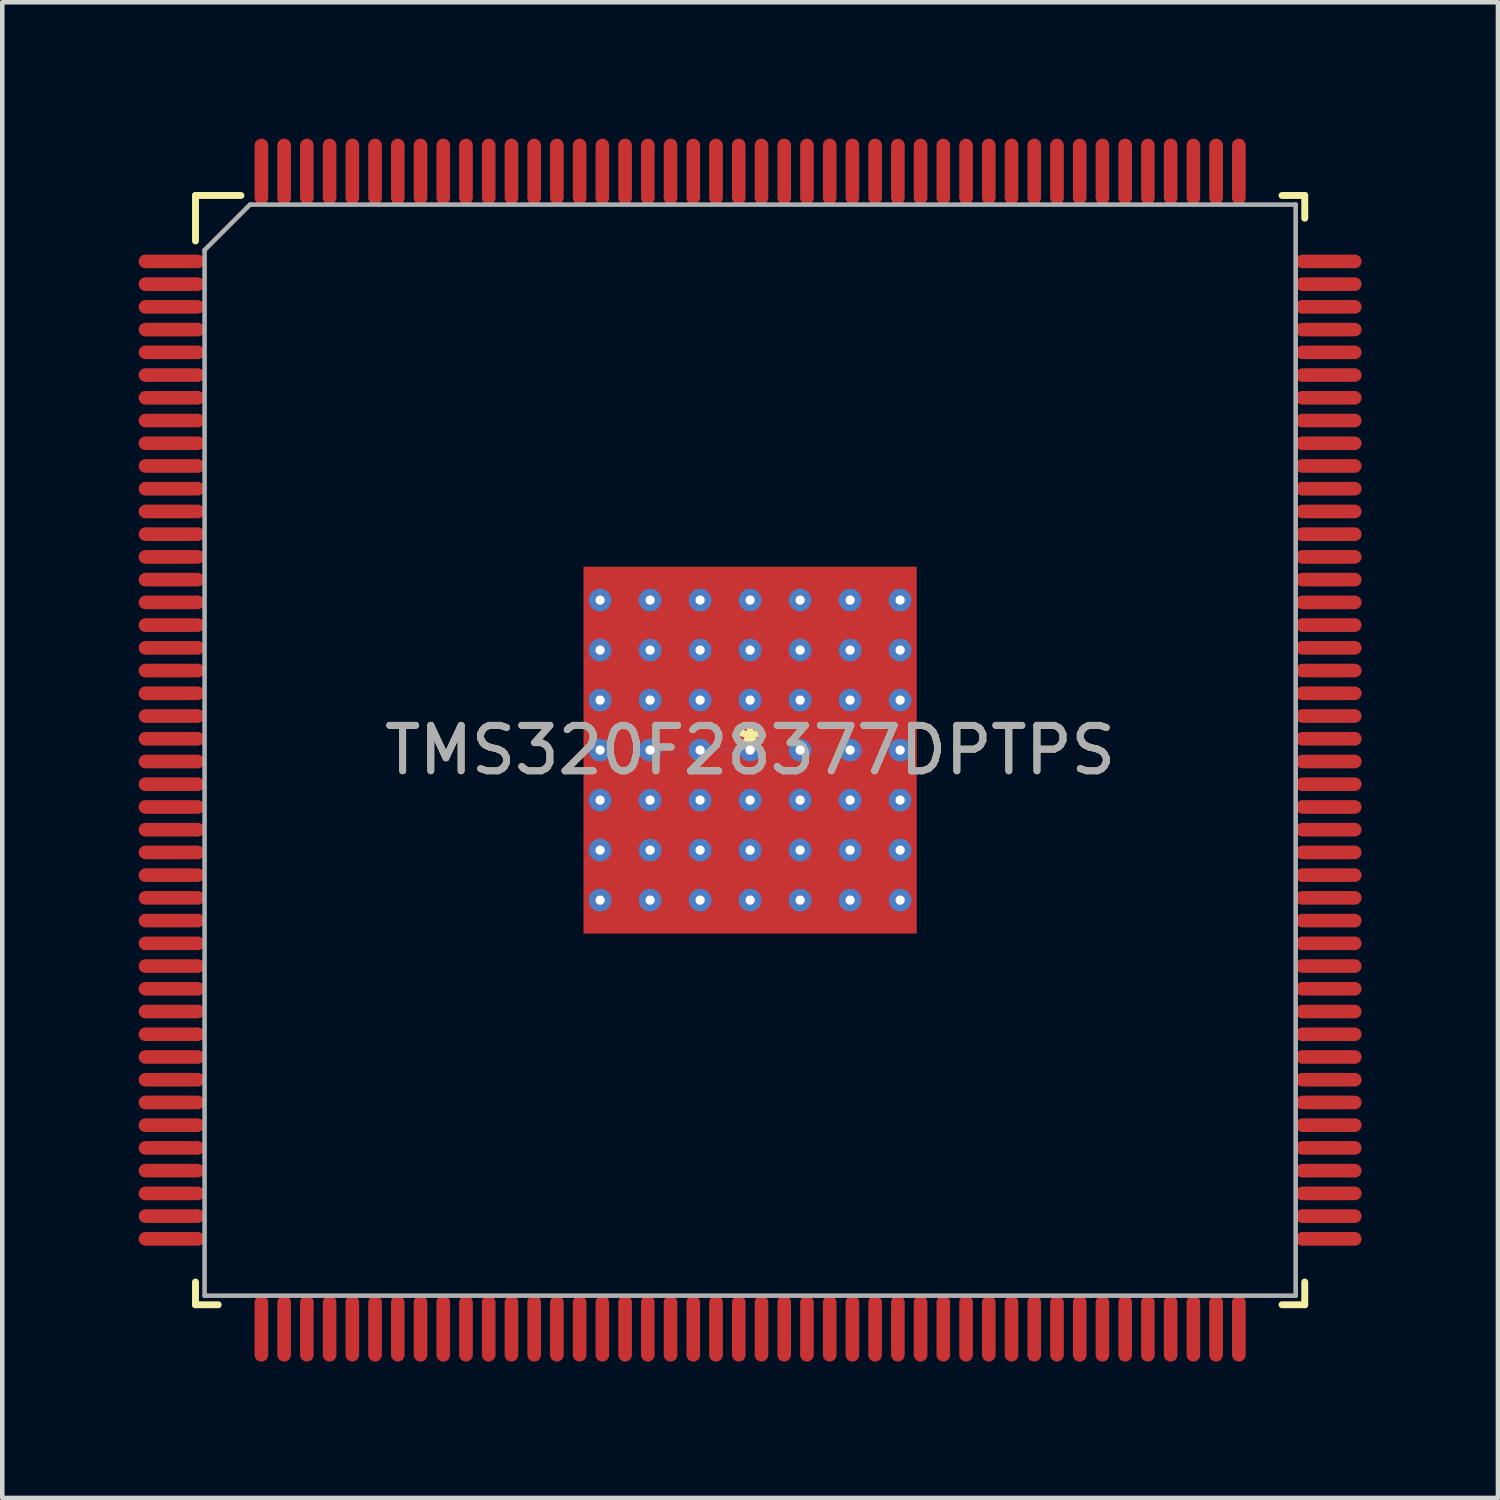
<source format=kicad_pcb>
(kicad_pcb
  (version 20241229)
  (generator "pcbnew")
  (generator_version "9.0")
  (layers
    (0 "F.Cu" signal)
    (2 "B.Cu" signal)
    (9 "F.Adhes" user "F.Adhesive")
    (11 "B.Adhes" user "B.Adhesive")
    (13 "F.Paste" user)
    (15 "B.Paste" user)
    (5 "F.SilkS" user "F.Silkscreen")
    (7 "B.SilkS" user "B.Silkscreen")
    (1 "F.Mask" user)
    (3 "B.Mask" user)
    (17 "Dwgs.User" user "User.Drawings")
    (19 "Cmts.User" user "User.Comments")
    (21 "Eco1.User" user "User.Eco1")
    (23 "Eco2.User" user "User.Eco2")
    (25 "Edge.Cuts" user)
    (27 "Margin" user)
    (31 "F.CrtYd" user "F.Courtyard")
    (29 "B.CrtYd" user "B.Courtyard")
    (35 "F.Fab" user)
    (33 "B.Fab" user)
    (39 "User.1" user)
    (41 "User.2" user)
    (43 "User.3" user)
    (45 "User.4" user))
  (footprint "TMS320F28377DPTPS"
    (layer "F.Cu")
    (at 13.45 13.45)
    (property "Reference" "TMS320F28377DPTPS" (at 0 0 0) (layer "F.SilkS") (effects (font (size 1 1) (thickness 0.15))))
    (attr through_hole)
    (fp_line (start -12.2 -12.2) (end -11.2 -12.2) (stroke (width 0.152) (type solid)) (layer "F.SilkS"))
    (fp_line (start -12.2 -11.2) (end -12.2 -12.2) (stroke (width 0.152) (type solid)) (layer "F.SilkS"))
    (fp_line (start -12.2 12.2) (end -12.2 11.7) (stroke (width 0.152) (type solid)) (layer "F.SilkS"))
    (fp_line (start -12.2 12.2) (end -11.7 12.2) (stroke (width 0.152) (type solid)) (layer "F.SilkS"))
    (fp_line (start 11.7 -12.2) (end 12.2 -12.2) (stroke (width 0.152) (type solid)) (layer "F.SilkS"))
    (fp_line (start 11.7 12.2) (end 12.2 12.2) (stroke (width 0.152) (type solid)) (layer "F.SilkS"))
    (fp_line (start 12.2 -11.7) (end 12.2 -12.2) (stroke (width 0.152) (type solid)) (layer "F.SilkS"))
    (fp_line (start 12.2 12.2) (end 12.2 11.7) (stroke (width 0.152) (type solid)) (layer "F.SilkS"))
    (fp_line (start -12 -11) (end -11 -12) (stroke (width 0.1) (type solid)) (layer "F.Fab"))
    (fp_line (start -12 12) (end -12 -11) (stroke (width 0.1) (type solid)) (layer "F.Fab"))
    (fp_line (start -11 -12) (end 12 -12) (stroke (width 0.1) (type solid)) (layer "F.Fab"))
    (fp_line (start 12 -12) (end 12 12) (stroke (width 0.1) (type solid)) (layer "F.Fab"))
    (fp_line (start 12 12) (end -12 12) (stroke (width 0.1) (type solid)) (layer "F.Fab"))
    (fp_text user "*" (at 0 0 0) (layer "F.SilkS") (effects (font (size 1 1) (thickness 0.15))))
    (fp_text user "Copyright 2016 Accelerated Designs. All rights reserved." (at 0 0 0) (layer "Cmts.User") (effects (font (size 0.127 0.127) (thickness 0.002))))
    (fp_text user "${REFERENCE}" (at 0 0 0) (layer "F.Fab") (effects (font (size 1 1) (thickness 0.15))))
    (pad "1" smd oval (at -12.725 -10.75 90) (size 0.3 1.45) (layers "F.Cu" "F.Mask" "F.Paste"))
    (pad "2" smd oval (at -12.725 -10.25 90) (size 0.3 1.45) (layers "F.Cu" "F.Mask" "F.Paste"))
    (pad "3" smd oval (at -12.725 -9.75 90) (size 0.3 1.45) (layers "F.Cu" "F.Mask" "F.Paste"))
    (pad "4" smd oval (at -12.725 -9.25 90) (size 0.3 1.45) (layers "F.Cu" "F.Mask" "F.Paste"))
    (pad "5" smd oval (at -12.725 -8.75 90) (size 0.3 1.45) (layers "F.Cu" "F.Mask" "F.Paste"))
    (pad "6" smd oval (at -12.725 -8.25 90) (size 0.3 1.45) (layers "F.Cu" "F.Mask" "F.Paste"))
    (pad "7" smd oval (at -12.725 -7.75 90) (size 0.3 1.45) (layers "F.Cu" "F.Mask" "F.Paste"))
    (pad "8" smd oval (at -12.725 -7.25 90) (size 0.3 1.45) (layers "F.Cu" "F.Mask" "F.Paste"))
    (pad "9" smd oval (at -12.725 -6.75 90) (size 0.3 1.45) (layers "F.Cu" "F.Mask" "F.Paste"))
    (pad "10" smd oval (at -12.725 -6.25 90) (size 0.3 1.45) (layers "F.Cu" "F.Mask" "F.Paste"))
    (pad "11" smd oval (at -12.725 -5.75 90) (size 0.3 1.45) (layers "F.Cu" "F.Mask" "F.Paste"))
    (pad "12" smd oval (at -12.725 -5.25 90) (size 0.3 1.45) (layers "F.Cu" "F.Mask" "F.Paste"))
    (pad "13" smd oval (at -12.725 -4.75 90) (size 0.3 1.45) (layers "F.Cu" "F.Mask" "F.Paste"))
    (pad "14" smd oval (at -12.725 -4.25 90) (size 0.3 1.45) (layers "F.Cu" "F.Mask" "F.Paste"))
    (pad "15" smd oval (at -12.725 -3.75 90) (size 0.3 1.45) (layers "F.Cu" "F.Mask" "F.Paste"))
    (pad "16" smd oval (at -12.725 -3.25 90) (size 0.3 1.45) (layers "F.Cu" "F.Mask" "F.Paste"))
    (pad "17" smd oval (at -12.725 -2.75 90) (size 0.3 1.45) (layers "F.Cu" "F.Mask" "F.Paste"))
    (pad "18" smd oval (at -12.725 -2.25 90) (size 0.3 1.45) (layers "F.Cu" "F.Mask" "F.Paste"))
    (pad "19" smd oval (at -12.725 -1.75 90) (size 0.3 1.45) (layers "F.Cu" "F.Mask" "F.Paste"))
    (pad "20" smd oval (at -12.725 -1.25 90) (size 0.3 1.45) (layers "F.Cu" "F.Mask" "F.Paste"))
    (pad "21" smd oval (at -12.725 -0.75 90) (size 0.3 1.45) (layers "F.Cu" "F.Mask" "F.Paste"))
    (pad "22" smd oval (at -12.725 -0.25 90) (size 0.3 1.45) (layers "F.Cu" "F.Mask" "F.Paste"))
    (pad "23" smd oval (at -12.725 0.25 90) (size 0.3 1.45) (layers "F.Cu" "F.Mask" "F.Paste"))
    (pad "24" smd oval (at -12.725 0.75 90) (size 0.3 1.45) (layers "F.Cu" "F.Mask" "F.Paste"))
    (pad "25" smd oval (at -12.725 1.25 90) (size 0.3 1.45) (layers "F.Cu" "F.Mask" "F.Paste"))
    (pad "26" smd oval (at -12.725 1.75 90) (size 0.3 1.45) (layers "F.Cu" "F.Mask" "F.Paste"))
    (pad "27" smd oval (at -12.725 2.25 90) (size 0.3 1.45) (layers "F.Cu" "F.Mask" "F.Paste"))
    (pad "28" smd oval (at -12.725 2.75 90) (size 0.3 1.45) (layers "F.Cu" "F.Mask" "F.Paste"))
    (pad "29" smd oval (at -12.725 3.25 90) (size 0.3 1.45) (layers "F.Cu" "F.Mask" "F.Paste"))
    (pad "30" smd oval (at -12.725 3.75 90) (size 0.3 1.45) (layers "F.Cu" "F.Mask" "F.Paste"))
    (pad "31" smd oval (at -12.725 4.25 90) (size 0.3 1.45) (layers "F.Cu" "F.Mask" "F.Paste"))
    (pad "32" smd oval (at -12.725 4.75 90) (size 0.3 1.45) (layers "F.Cu" "F.Mask" "F.Paste"))
    (pad "33" smd oval (at -12.725 5.25 90) (size 0.3 1.45) (layers "F.Cu" "F.Mask" "F.Paste"))
    (pad "34" smd oval (at -12.725 5.75 90) (size 0.3 1.45) (layers "F.Cu" "F.Mask" "F.Paste"))
    (pad "35" smd oval (at -12.725 6.25 90) (size 0.3 1.45) (layers "F.Cu" "F.Mask" "F.Paste"))
    (pad "36" smd oval (at -12.725 6.75 90) (size 0.3 1.45) (layers "F.Cu" "F.Mask" "F.Paste"))
    (pad "37" smd oval (at -12.725 7.25 90) (size 0.3 1.45) (layers "F.Cu" "F.Mask" "F.Paste"))
    (pad "38" smd oval (at -12.725 7.75 90) (size 0.3 1.45) (layers "F.Cu" "F.Mask" "F.Paste"))
    (pad "39" smd oval (at -12.725 8.25 90) (size 0.3 1.45) (layers "F.Cu" "F.Mask" "F.Paste"))
    (pad "40" smd oval (at -12.725 8.75 90) (size 0.3 1.45) (layers "F.Cu" "F.Mask" "F.Paste"))
    (pad "41" smd oval (at -12.725 9.25 90) (size 0.3 1.45) (layers "F.Cu" "F.Mask" "F.Paste"))
    (pad "42" smd oval (at -12.725 9.75 90) (size 0.3 1.45) (layers "F.Cu" "F.Mask" "F.Paste"))
    (pad "43" smd oval (at -12.725 10.25 90) (size 0.3 1.45) (layers "F.Cu" "F.Mask" "F.Paste"))
    (pad "44" smd oval (at -12.725 10.75 90) (size 0.3 1.45) (layers "F.Cu" "F.Mask" "F.Paste"))
    (pad "45" smd oval (at -10.75 12.725) (size 0.3 1.45) (layers "F.Cu" "F.Mask" "F.Paste"))
    (pad "46" smd oval (at -10.25 12.725) (size 0.3 1.45) (layers "F.Cu" "F.Mask" "F.Paste"))
    (pad "47" smd oval (at -9.75 12.725) (size 0.3 1.45) (layers "F.Cu" "F.Mask" "F.Paste"))
    (pad "48" smd oval (at -9.25 12.725) (size 0.3 1.45) (layers "F.Cu" "F.Mask" "F.Paste"))
    (pad "49" smd oval (at -8.75 12.725) (size 0.3 1.45) (layers "F.Cu" "F.Mask" "F.Paste"))
    (pad "50" smd oval (at -8.25 12.725) (size 0.3 1.45) (layers "F.Cu" "F.Mask" "F.Paste"))
    (pad "51" smd oval (at -7.75 12.725) (size 0.3 1.45) (layers "F.Cu" "F.Mask" "F.Paste"))
    (pad "52" smd oval (at -7.25 12.725) (size 0.3 1.45) (layers "F.Cu" "F.Mask" "F.Paste"))
    (pad "53" smd oval (at -6.75 12.725) (size 0.3 1.45) (layers "F.Cu" "F.Mask" "F.Paste"))
    (pad "54" smd oval (at -6.25 12.725) (size 0.3 1.45) (layers "F.Cu" "F.Mask" "F.Paste"))
    (pad "55" smd oval (at -5.75 12.725) (size 0.3 1.45) (layers "F.Cu" "F.Mask" "F.Paste"))
    (pad "56" smd oval (at -5.25 12.725) (size 0.3 1.45) (layers "F.Cu" "F.Mask" "F.Paste"))
    (pad "57" smd oval (at -4.75 12.725) (size 0.3 1.45) (layers "F.Cu" "F.Mask" "F.Paste"))
    (pad "58" smd oval (at -4.25 12.725) (size 0.3 1.45) (layers "F.Cu" "F.Mask" "F.Paste"))
    (pad "59" smd oval (at -3.75 12.725) (size 0.3 1.45) (layers "F.Cu" "F.Mask" "F.Paste"))
    (pad "60" smd oval (at -3.25 12.725) (size 0.3 1.45) (layers "F.Cu" "F.Mask" "F.Paste"))
    (pad "61" smd oval (at -2.75 12.725) (size 0.3 1.45) (layers "F.Cu" "F.Mask" "F.Paste"))
    (pad "62" smd oval (at -2.25 12.725) (size 0.3 1.45) (layers "F.Cu" "F.Mask" "F.Paste"))
    (pad "63" smd oval (at -1.75 12.725) (size 0.3 1.45) (layers "F.Cu" "F.Mask" "F.Paste"))
    (pad "64" smd oval (at -1.25 12.725) (size 0.3 1.45) (layers "F.Cu" "F.Mask" "F.Paste"))
    (pad "65" smd oval (at -0.75 12.725) (size 0.3 1.45) (layers "F.Cu" "F.Mask" "F.Paste"))
    (pad "66" smd oval (at -0.25 12.725) (size 0.3 1.45) (layers "F.Cu" "F.Mask" "F.Paste"))
    (pad "67" smd oval (at 0.25 12.725) (size 0.3 1.45) (layers "F.Cu" "F.Mask" "F.Paste"))
    (pad "68" smd oval (at 0.75 12.725) (size 0.3 1.45) (layers "F.Cu" "F.Mask" "F.Paste"))
    (pad "69" smd oval (at 1.25 12.725) (size 0.3 1.45) (layers "F.Cu" "F.Mask" "F.Paste"))
    (pad "70" smd oval (at 1.75 12.725) (size 0.3 1.45) (layers "F.Cu" "F.Mask" "F.Paste"))
    (pad "71" smd oval (at 2.25 12.725) (size 0.3 1.45) (layers "F.Cu" "F.Mask" "F.Paste"))
    (pad "72" smd oval (at 2.75 12.725) (size 0.3 1.45) (layers "F.Cu" "F.Mask" "F.Paste"))
    (pad "73" smd oval (at 3.25 12.725) (size 0.3 1.45) (layers "F.Cu" "F.Mask" "F.Paste"))
    (pad "74" smd oval (at 3.75 12.725) (size 0.3 1.45) (layers "F.Cu" "F.Mask" "F.Paste"))
    (pad "75" smd oval (at 4.25 12.725) (size 0.3 1.45) (layers "F.Cu" "F.Mask" "F.Paste"))
    (pad "76" smd oval (at 4.75 12.725) (size 0.3 1.45) (layers "F.Cu" "F.Mask" "F.Paste"))
    (pad "77" smd oval (at 5.25 12.725) (size 0.3 1.45) (layers "F.Cu" "F.Mask" "F.Paste"))
    (pad "78" smd oval (at 5.75 12.725) (size 0.3 1.45) (layers "F.Cu" "F.Mask" "F.Paste"))
    (pad "79" smd oval (at 6.25 12.725) (size 0.3 1.45) (layers "F.Cu" "F.Mask" "F.Paste"))
    (pad "80" smd oval (at 6.75 12.725) (size 0.3 1.45) (layers "F.Cu" "F.Mask" "F.Paste"))
    (pad "81" smd oval (at 7.25 12.725) (size 0.3 1.45) (layers "F.Cu" "F.Mask" "F.Paste"))
    (pad "82" smd oval (at 7.75 12.725) (size 0.3 1.45) (layers "F.Cu" "F.Mask" "F.Paste"))
    (pad "83" smd oval (at 8.25 12.725) (size 0.3 1.45) (layers "F.Cu" "F.Mask" "F.Paste"))
    (pad "84" smd oval (at 8.75 12.725) (size 0.3 1.45) (layers "F.Cu" "F.Mask" "F.Paste"))
    (pad "85" smd oval (at 9.25 12.725) (size 0.3 1.45) (layers "F.Cu" "F.Mask" "F.Paste"))
    (pad "86" smd oval (at 9.75 12.725) (size 0.3 1.45) (layers "F.Cu" "F.Mask" "F.Paste"))
    (pad "87" smd oval (at 10.25 12.725) (size 0.3 1.45) (layers "F.Cu" "F.Mask" "F.Paste"))
    (pad "88" smd oval (at 10.75 12.725) (size 0.3 1.45) (layers "F.Cu" "F.Mask" "F.Paste"))
    (pad "89" smd oval (at 12.725 10.75 90) (size 0.3 1.45) (layers "F.Cu" "F.Mask" "F.Paste"))
    (pad "90" smd oval (at 12.725 10.25 90) (size 0.3 1.45) (layers "F.Cu" "F.Mask" "F.Paste"))
    (pad "91" smd oval (at 12.725 9.75 90) (size 0.3 1.45) (layers "F.Cu" "F.Mask" "F.Paste"))
    (pad "92" smd oval (at 12.725 9.25 90) (size 0.3 1.45) (layers "F.Cu" "F.Mask" "F.Paste"))
    (pad "93" smd oval (at 12.725 8.75 90) (size 0.3 1.45) (layers "F.Cu" "F.Mask" "F.Paste"))
    (pad "94" smd oval (at 12.725 8.25 90) (size 0.3 1.45) (layers "F.Cu" "F.Mask" "F.Paste"))
    (pad "95" smd oval (at 12.725 7.75 90) (size 0.3 1.45) (layers "F.Cu" "F.Mask" "F.Paste"))
    (pad "96" smd oval (at 12.725 7.25 90) (size 0.3 1.45) (layers "F.Cu" "F.Mask" "F.Paste"))
    (pad "97" smd oval (at 12.725 6.75 90) (size 0.3 1.45) (layers "F.Cu" "F.Mask" "F.Paste"))
    (pad "98" smd oval (at 12.725 6.25 90) (size 0.3 1.45) (layers "F.Cu" "F.Mask" "F.Paste"))
    (pad "99" smd oval (at 12.725 5.75 90) (size 0.3 1.45) (layers "F.Cu" "F.Mask" "F.Paste"))
    (pad "100" smd oval (at 12.725 5.25 90) (size 0.3 1.45) (layers "F.Cu" "F.Mask" "F.Paste"))
    (pad "101" smd oval (at 12.725 4.75 90) (size 0.3 1.45) (layers "F.Cu" "F.Mask" "F.Paste"))
    (pad "102" smd oval (at 12.725 4.25 90) (size 0.3 1.45) (layers "F.Cu" "F.Mask" "F.Paste"))
    (pad "103" smd oval (at 12.725 3.75 90) (size 0.3 1.45) (layers "F.Cu" "F.Mask" "F.Paste"))
    (pad "104" smd oval (at 12.725 3.25 90) (size 0.3 1.45) (layers "F.Cu" "F.Mask" "F.Paste"))
    (pad "105" smd oval (at 12.725 2.75 90) (size 0.3 1.45) (layers "F.Cu" "F.Mask" "F.Paste"))
    (pad "106" smd oval (at 12.725 2.25 90) (size 0.3 1.45) (layers "F.Cu" "F.Mask" "F.Paste"))
    (pad "107" smd oval (at 12.725 1.75 90) (size 0.3 1.45) (layers "F.Cu" "F.Mask" "F.Paste"))
    (pad "108" smd oval (at 12.725 1.25 90) (size 0.3 1.45) (layers "F.Cu" "F.Mask" "F.Paste"))
    (pad "109" smd oval (at 12.725 0.75 90) (size 0.3 1.45) (layers "F.Cu" "F.Mask" "F.Paste"))
    (pad "110" smd oval (at 12.725 0.25 90) (size 0.3 1.45) (layers "F.Cu" "F.Mask" "F.Paste"))
    (pad "111" smd oval (at 12.725 -0.25 90) (size 0.3 1.45) (layers "F.Cu" "F.Mask" "F.Paste"))
    (pad "112" smd oval (at 12.725 -0.75 90) (size 0.3 1.45) (layers "F.Cu" "F.Mask" "F.Paste"))
    (pad "113" smd oval (at 12.725 -1.25 90) (size 0.3 1.45) (layers "F.Cu" "F.Mask" "F.Paste"))
    (pad "114" smd oval (at 12.725 -1.75 90) (size 0.3 1.45) (layers "F.Cu" "F.Mask" "F.Paste"))
    (pad "115" smd oval (at 12.725 -2.25 90) (size 0.3 1.45) (layers "F.Cu" "F.Mask" "F.Paste"))
    (pad "116" smd oval (at 12.725 -2.75 90) (size 0.3 1.45) (layers "F.Cu" "F.Mask" "F.Paste"))
    (pad "117" smd oval (at 12.725 -3.25 90) (size 0.3 1.45) (layers "F.Cu" "F.Mask" "F.Paste"))
    (pad "118" smd oval (at 12.725 -3.75 90) (size 0.3 1.45) (layers "F.Cu" "F.Mask" "F.Paste"))
    (pad "119" smd oval (at 12.725 -4.25 90) (size 0.3 1.45) (layers "F.Cu" "F.Mask" "F.Paste"))
    (pad "120" smd oval (at 12.725 -4.75 90) (size 0.3 1.45) (layers "F.Cu" "F.Mask" "F.Paste"))
    (pad "121" smd oval (at 12.725 -5.25 90) (size 0.3 1.45) (layers "F.Cu" "F.Mask" "F.Paste"))
    (pad "122" smd oval (at 12.725 -5.75 90) (size 0.3 1.45) (layers "F.Cu" "F.Mask" "F.Paste"))
    (pad "123" smd oval (at 12.725 -6.25 90) (size 0.3 1.45) (layers "F.Cu" "F.Mask" "F.Paste"))
    (pad "124" smd oval (at 12.725 -6.75 90) (size 0.3 1.45) (layers "F.Cu" "F.Mask" "F.Paste"))
    (pad "125" smd oval (at 12.725 -7.25 90) (size 0.3 1.45) (layers "F.Cu" "F.Mask" "F.Paste"))
    (pad "126" smd oval (at 12.725 -7.75 90) (size 0.3 1.45) (layers "F.Cu" "F.Mask" "F.Paste"))
    (pad "127" smd oval (at 12.725 -8.25 90) (size 0.3 1.45) (layers "F.Cu" "F.Mask" "F.Paste"))
    (pad "128" smd oval (at 12.725 -8.75 90) (size 0.3 1.45) (layers "F.Cu" "F.Mask" "F.Paste"))
    (pad "129" smd oval (at 12.725 -9.25 90) (size 0.3 1.45) (layers "F.Cu" "F.Mask" "F.Paste"))
    (pad "130" smd oval (at 12.725 -9.75 90) (size 0.3 1.45) (layers "F.Cu" "F.Mask" "F.Paste"))
    (pad "131" smd oval (at 12.725 -10.25 90) (size 0.3 1.45) (layers "F.Cu" "F.Mask" "F.Paste"))
    (pad "132" smd oval (at 12.725 -10.75 90) (size 0.3 1.45) (layers "F.Cu" "F.Mask" "F.Paste"))
    (pad "133" smd oval (at 10.75 -12.725) (size 0.3 1.45) (layers "F.Cu" "F.Mask" "F.Paste"))
    (pad "134" smd oval (at 10.25 -12.725) (size 0.3 1.45) (layers "F.Cu" "F.Mask" "F.Paste"))
    (pad "135" smd oval (at 9.75 -12.725) (size 0.3 1.45) (layers "F.Cu" "F.Mask" "F.Paste"))
    (pad "136" smd oval (at 9.25 -12.725) (size 0.3 1.45) (layers "F.Cu" "F.Mask" "F.Paste"))
    (pad "137" smd oval (at 8.75 -12.725) (size 0.3 1.45) (layers "F.Cu" "F.Mask" "F.Paste"))
    (pad "138" smd oval (at 8.25 -12.725) (size 0.3 1.45) (layers "F.Cu" "F.Mask" "F.Paste"))
    (pad "139" smd oval (at 7.75 -12.725) (size 0.3 1.45) (layers "F.Cu" "F.Mask" "F.Paste"))
    (pad "140" smd oval (at 7.25 -12.725) (size 0.3 1.45) (layers "F.Cu" "F.Mask" "F.Paste"))
    (pad "141" smd oval (at 6.75 -12.725) (size 0.3 1.45) (layers "F.Cu" "F.Mask" "F.Paste"))
    (pad "142" smd oval (at 6.25 -12.725) (size 0.3 1.45) (layers "F.Cu" "F.Mask" "F.Paste"))
    (pad "143" smd oval (at 5.75 -12.725) (size 0.3 1.45) (layers "F.Cu" "F.Mask" "F.Paste"))
    (pad "144" smd oval (at 5.25 -12.725) (size 0.3 1.45) (layers "F.Cu" "F.Mask" "F.Paste"))
    (pad "145" smd oval (at 4.75 -12.725) (size 0.3 1.45) (layers "F.Cu" "F.Mask" "F.Paste"))
    (pad "146" smd oval (at 4.25 -12.725) (size 0.3 1.45) (layers "F.Cu" "F.Mask" "F.Paste"))
    (pad "147" smd oval (at 3.75 -12.725) (size 0.3 1.45) (layers "F.Cu" "F.Mask" "F.Paste"))
    (pad "148" smd oval (at 3.25 -12.725) (size 0.3 1.45) (layers "F.Cu" "F.Mask" "F.Paste"))
    (pad "149" smd oval (at 2.75 -12.725) (size 0.3 1.45) (layers "F.Cu" "F.Mask" "F.Paste"))
    (pad "150" smd oval (at 2.25 -12.725) (size 0.3 1.45) (layers "F.Cu" "F.Mask" "F.Paste"))
    (pad "151" smd oval (at 1.75 -12.725) (size 0.3 1.45) (layers "F.Cu" "F.Mask" "F.Paste"))
    (pad "152" smd oval (at 1.25 -12.725) (size 0.3 1.45) (layers "F.Cu" "F.Mask" "F.Paste"))
    (pad "153" smd oval (at 0.75 -12.725) (size 0.3 1.45) (layers "F.Cu" "F.Mask" "F.Paste"))
    (pad "154" smd oval (at 0.25 -12.725) (size 0.3 1.45) (layers "F.Cu" "F.Mask" "F.Paste"))
    (pad "155" smd oval (at -0.25 -12.725) (size 0.3 1.45) (layers "F.Cu" "F.Mask" "F.Paste"))
    (pad "156" smd oval (at -0.75 -12.725) (size 0.3 1.45) (layers "F.Cu" "F.Mask" "F.Paste"))
    (pad "157" smd oval (at -1.25 -12.725) (size 0.3 1.45) (layers "F.Cu" "F.Mask" "F.Paste"))
    (pad "158" smd oval (at -1.75 -12.725) (size 0.3 1.45) (layers "F.Cu" "F.Mask" "F.Paste"))
    (pad "159" smd oval (at -2.25 -12.725) (size 0.3 1.45) (layers "F.Cu" "F.Mask" "F.Paste"))
    (pad "160" smd oval (at -2.75 -12.725) (size 0.3 1.45) (layers "F.Cu" "F.Mask" "F.Paste"))
    (pad "161" smd oval (at -3.25 -12.725) (size 0.3 1.45) (layers "F.Cu" "F.Mask" "F.Paste"))
    (pad "162" smd oval (at -3.75 -12.725) (size 0.3 1.45) (layers "F.Cu" "F.Mask" "F.Paste"))
    (pad "163" smd oval (at -4.25 -12.725) (size 0.3 1.45) (layers "F.Cu" "F.Mask" "F.Paste"))
    (pad "164" smd oval (at -4.75 -12.725) (size 0.3 1.45) (layers "F.Cu" "F.Mask" "F.Paste"))
    (pad "165" smd oval (at -5.25 -12.725) (size 0.3 1.45) (layers "F.Cu" "F.Mask" "F.Paste"))
    (pad "166" smd oval (at -5.75 -12.725) (size 0.3 1.45) (layers "F.Cu" "F.Mask" "F.Paste"))
    (pad "167" smd oval (at -6.25 -12.725) (size 0.3 1.45) (layers "F.Cu" "F.Mask" "F.Paste"))
    (pad "168" smd oval (at -6.75 -12.725) (size 0.3 1.45) (layers "F.Cu" "F.Mask" "F.Paste"))
    (pad "169" smd oval (at -7.25 -12.725) (size 0.3 1.45) (layers "F.Cu" "F.Mask" "F.Paste"))
    (pad "170" smd oval (at -7.75 -12.725) (size 0.3 1.45) (layers "F.Cu" "F.Mask" "F.Paste"))
    (pad "171" smd oval (at -8.25 -12.725) (size 0.3 1.45) (layers "F.Cu" "F.Mask" "F.Paste"))
    (pad "172" smd oval (at -8.75 -12.725) (size 0.3 1.45) (layers "F.Cu" "F.Mask" "F.Paste"))
    (pad "173" smd oval (at -9.25 -12.725) (size 0.3 1.45) (layers "F.Cu" "F.Mask" "F.Paste"))
    (pad "174" smd oval (at -9.75 -12.725) (size 0.3 1.45) (layers "F.Cu" "F.Mask" "F.Paste"))
    (pad "175" smd oval (at -10.25 -12.725) (size 0.3 1.45) (layers "F.Cu" "F.Mask" "F.Paste"))
    (pad "176" smd oval (at -10.75 -12.725) (size 0.3 1.45) (layers "F.Cu" "F.Mask" "F.Paste"))
    (pad "177" smd rect (at 0 0) (size 7.33 8.07) (layers "F.Cu" "F.Mask" "F.Paste"))
    (pad "V" thru_hole circle (at -3.3 -3.3) (size 0.5 0.5) (drill 0.203) (layers "*.Cu" "*.Mask"))
    (pad "V" thru_hole circle (at -3.3 -2.2) (size 0.5 0.5) (drill 0.203) (layers "*.Cu" "*.Mask"))
    (pad "V" thru_hole circle (at -3.3 -1.1) (size 0.5 0.5) (drill 0.203) (layers "*.Cu" "*.Mask"))
    (pad "V" thru_hole circle (at -3.3 0) (size 0.5 0.5) (drill 0.203) (layers "*.Cu" "*.Mask"))
    (pad "V" thru_hole circle (at -3.3 1.1) (size 0.5 0.5) (drill 0.203) (layers "*.Cu" "*.Mask"))
    (pad "V" thru_hole circle (at -3.3 2.2) (size 0.5 0.5) (drill 0.203) (layers "*.Cu" "*.Mask"))
    (pad "V" thru_hole circle (at -3.3 3.3) (size 0.5 0.5) (drill 0.203) (layers "*.Cu" "*.Mask"))
    (pad "V" thru_hole circle (at -2.2 -3.3) (size 0.5 0.5) (drill 0.203) (layers "*.Cu" "*.Mask"))
    (pad "V" thru_hole circle (at -2.2 -2.2) (size 0.5 0.5) (drill 0.203) (layers "*.Cu" "*.Mask"))
    (pad "V" thru_hole circle (at -2.2 -1.1) (size 0.5 0.5) (drill 0.203) (layers "*.Cu" "*.Mask"))
    (pad "V" thru_hole circle (at -2.2 0) (size 0.5 0.5) (drill 0.203) (layers "*.Cu" "*.Mask"))
    (pad "V" thru_hole circle (at -2.2 1.1) (size 0.5 0.5) (drill 0.203) (layers "*.Cu" "*.Mask"))
    (pad "V" thru_hole circle (at -2.2 2.2) (size 0.5 0.5) (drill 0.203) (layers "*.Cu" "*.Mask"))
    (pad "V" thru_hole circle (at -2.2 3.3) (size 0.5 0.5) (drill 0.203) (layers "*.Cu" "*.Mask"))
    (pad "V" thru_hole circle (at -1.1 -3.3) (size 0.5 0.5) (drill 0.203) (layers "*.Cu" "*.Mask"))
    (pad "V" thru_hole circle (at -1.1 -2.2) (size 0.5 0.5) (drill 0.203) (layers "*.Cu" "*.Mask"))
    (pad "V" thru_hole circle (at -1.1 -1.1) (size 0.5 0.5) (drill 0.203) (layers "*.Cu" "*.Mask"))
    (pad "V" thru_hole circle (at -1.1 0) (size 0.5 0.5) (drill 0.203) (layers "*.Cu" "*.Mask"))
    (pad "V" thru_hole circle (at -1.1 1.1) (size 0.5 0.5) (drill 0.203) (layers "*.Cu" "*.Mask"))
    (pad "V" thru_hole circle (at -1.1 2.2) (size 0.5 0.5) (drill 0.203) (layers "*.Cu" "*.Mask"))
    (pad "V" thru_hole circle (at -1.1 3.3) (size 0.5 0.5) (drill 0.203) (layers "*.Cu" "*.Mask"))
    (pad "V" thru_hole circle (at 0 -3.3) (size 0.5 0.5) (drill 0.203) (layers "*.Cu" "*.Mask"))
    (pad "V" thru_hole circle (at 0 -2.2) (size 0.5 0.5) (drill 0.203) (layers "*.Cu" "*.Mask"))
    (pad "V" thru_hole circle (at 0 -1.1) (size 0.5 0.5) (drill 0.203) (layers "*.Cu" "*.Mask"))
    (pad "V" thru_hole circle (at 0 0) (size 0.5 0.5) (drill 0.203) (layers "*.Cu" "*.Mask"))
    (pad "V" thru_hole circle (at 0 1.1) (size 0.5 0.5) (drill 0.203) (layers "*.Cu" "*.Mask"))
    (pad "V" thru_hole circle (at 0 2.2) (size 0.5 0.5) (drill 0.203) (layers "*.Cu" "*.Mask"))
    (pad "V" thru_hole circle (at 0 3.3) (size 0.5 0.5) (drill 0.203) (layers "*.Cu" "*.Mask"))
    (pad "V" thru_hole circle (at 1.1 -3.3) (size 0.5 0.5) (drill 0.203) (layers "*.Cu" "*.Mask"))
    (pad "V" thru_hole circle (at 1.1 -2.2) (size 0.5 0.5) (drill 0.203) (layers "*.Cu" "*.Mask"))
    (pad "V" thru_hole circle (at 1.1 -1.1) (size 0.5 0.5) (drill 0.203) (layers "*.Cu" "*.Mask"))
    (pad "V" thru_hole circle (at 1.1 0) (size 0.5 0.5) (drill 0.203) (layers "*.Cu" "*.Mask"))
    (pad "V" thru_hole circle (at 1.1 1.1) (size 0.5 0.5) (drill 0.203) (layers "*.Cu" "*.Mask"))
    (pad "V" thru_hole circle (at 1.1 2.2) (size 0.5 0.5) (drill 0.203) (layers "*.Cu" "*.Mask"))
    (pad "V" thru_hole circle (at 1.1 3.3) (size 0.5 0.5) (drill 0.203) (layers "*.Cu" "*.Mask"))
    (pad "V" thru_hole circle (at 2.2 -3.3) (size 0.5 0.5) (drill 0.203) (layers "*.Cu" "*.Mask"))
    (pad "V" thru_hole circle (at 2.2 -2.2) (size 0.5 0.5) (drill 0.203) (layers "*.Cu" "*.Mask"))
    (pad "V" thru_hole circle (at 2.2 -1.1) (size 0.5 0.5) (drill 0.203) (layers "*.Cu" "*.Mask"))
    (pad "V" thru_hole circle (at 2.2 0) (size 0.5 0.5) (drill 0.203) (layers "*.Cu" "*.Mask"))
    (pad "V" thru_hole circle (at 2.2 1.1) (size 0.5 0.5) (drill 0.203) (layers "*.Cu" "*.Mask"))
    (pad "V" thru_hole circle (at 2.2 2.2) (size 0.5 0.5) (drill 0.203) (layers "*.Cu" "*.Mask"))
    (pad "V" thru_hole circle (at 2.2 3.3) (size 0.5 0.5) (drill 0.203) (layers "*.Cu" "*.Mask"))
    (pad "V" thru_hole circle (at 3.3 -3.3) (size 0.5 0.5) (drill 0.203) (layers "*.Cu" "*.Mask"))
    (pad "V" thru_hole circle (at 3.3 -2.2) (size 0.5 0.5) (drill 0.203) (layers "*.Cu" "*.Mask"))
    (pad "V" thru_hole circle (at 3.3 -1.1) (size 0.5 0.5) (drill 0.203) (layers "*.Cu" "*.Mask"))
    (pad "V" thru_hole circle (at 3.3 0) (size 0.5 0.5) (drill 0.203) (layers "*.Cu" "*.Mask"))
    (pad "V" thru_hole circle (at 3.3 1.1) (size 0.5 0.5) (drill 0.203) (layers "*.Cu" "*.Mask"))
    (pad "V" thru_hole circle (at 3.3 2.2) (size 0.5 0.5) (drill 0.203) (layers "*.Cu" "*.Mask"))
    (pad "V" thru_hole circle (at 3.3 3.3) (size 0.5 0.5) (drill 0.203) (layers "*.Cu" "*.Mask")))
  (gr_rect
    (start -3 -3)
    (end 29.9 29.9)
    (stroke (width 0.1) (type default))
    (fill no)
    (layer "Edge.Cuts")))
</source>
